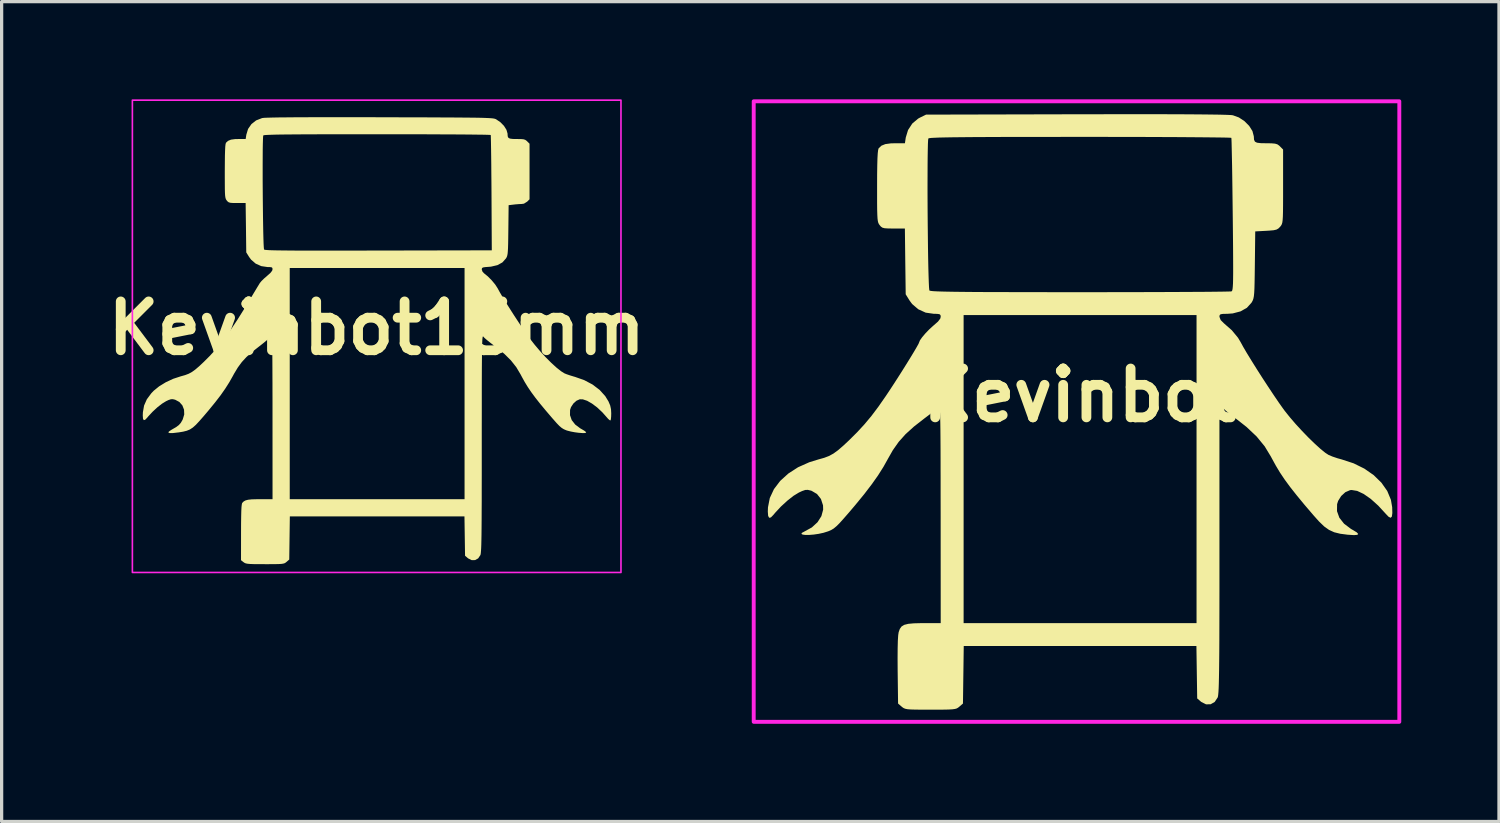
<source format=kicad_pcb>
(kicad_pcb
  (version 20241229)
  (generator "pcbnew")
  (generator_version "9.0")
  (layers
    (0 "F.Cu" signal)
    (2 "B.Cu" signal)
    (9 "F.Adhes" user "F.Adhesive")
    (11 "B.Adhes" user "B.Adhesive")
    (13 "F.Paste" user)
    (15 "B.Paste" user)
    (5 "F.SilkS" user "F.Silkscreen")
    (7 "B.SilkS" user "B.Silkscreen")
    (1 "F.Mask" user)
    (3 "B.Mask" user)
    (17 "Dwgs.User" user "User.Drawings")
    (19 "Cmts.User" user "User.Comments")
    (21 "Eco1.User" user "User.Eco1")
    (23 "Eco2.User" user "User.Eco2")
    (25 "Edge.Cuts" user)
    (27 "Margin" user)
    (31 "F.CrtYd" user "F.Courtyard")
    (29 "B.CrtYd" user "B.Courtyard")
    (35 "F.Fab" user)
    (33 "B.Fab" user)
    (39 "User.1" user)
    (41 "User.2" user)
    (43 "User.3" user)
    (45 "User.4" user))
  (footprint "Kevinbot15mm"
    (layer "F.Cu")
    (at 8.514 7.025)
    (property "Reference" "Kevinbot15mm" (at 0 0 0) (layer "F.SilkS") (effects (font (size 1.5 1.5) (thickness 0.3))))
    (attr board_only exclude_from_pos_files exclude_from_bom)
    (fp_poly (pts (xy -0.638 -6.477) (xy -0.048 -6.476) (xy 0.103 -6.475) (xy 0.627 -6.474) (xy 1.095 -6.473) (xy 1.511 -6.472) (xy 1.879 -6.47) (xy 2.2 -6.469) (xy 2.479 -6.467) (xy 2.718 -6.465) (xy 2.921 -6.463) (xy 3.091 -6.461) (xy 3.232 -6.458) (xy 3.346 -6.454) (xy 3.436 -6.45) (xy 3.506 -6.446) (xy 3.559 -6.441) (xy 3.599 -6.435) (xy 3.628 -6.428) (xy 3.649 -6.421) (xy 3.666 -6.413) (xy 3.798 -6.323) (xy 3.908 -6.211) (xy 3.984 -6.09) (xy 4.018 -5.974) (xy 4.018 -5.958) (xy 4.023 -5.888) (xy 4.044 -5.844) (xy 4.092 -5.82) (xy 4.178 -5.809) (xy 4.301 -5.807) (xy 4.426 -5.806) (xy 4.507 -5.799) (xy 4.561 -5.782) (xy 4.602 -5.753) (xy 4.621 -5.735) (xy 4.693 -5.663) (xy 4.693 -4.81) (xy 4.693 -3.957) (xy 4.621 -3.885) (xy 4.522 -3.823) (xy 4.452 -3.813) (xy 4.364 -3.809) (xy 4.253 -3.8) (xy 4.203 -3.794) (xy 4.051 -3.776) (xy 4.042 -3.01) (xy 4.039 -2.777) (xy 4.036 -2.595) (xy 4.032 -2.457) (xy 4.026 -2.355) (xy 4.019 -2.281) (xy 4.008 -2.228) (xy 3.995 -2.188) (xy 3.977 -2.154) (xy 3.968 -2.14) (xy 3.859 -2.018) (xy 3.707 -1.935) (xy 3.51 -1.889) (xy 3.441 -1.883) (xy 3.331 -1.875) (xy 3.266 -1.864) (xy 3.236 -1.846) (xy 3.227 -1.817) (xy 3.226 -1.802) (xy 3.249 -1.735) (xy 3.292 -1.688) (xy 3.411 -1.591) (xy 3.532 -1.469) (xy 3.639 -1.34) (xy 3.714 -1.224) (xy 3.717 -1.218) (xy 3.778 -1.106) (xy 3.866 -0.956) (xy 3.975 -0.777) (xy 4.098 -0.581) (xy 4.228 -0.378) (xy 4.36 -0.177) (xy 4.486 0.012) (xy 4.6 0.178) (xy 4.694 0.309) (xy 4.852 0.511) (xy 5.021 0.71) (xy 5.194 0.899) (xy 5.364 1.068) (xy 5.522 1.212) (xy 5.661 1.322) (xy 5.763 1.386) (xy 5.834 1.415) (xy 5.94 1.451) (xy 6.062 1.488) (xy 6.085 1.494) (xy 6.372 1.595) (xy 6.627 1.73) (xy 6.844 1.895) (xy 7.016 2.085) (xy 7.116 2.248) (xy 7.169 2.373) (xy 7.194 2.488) (xy 7.201 2.615) (xy 7.198 2.718) (xy 7.19 2.796) (xy 7.18 2.832) (xy 7.151 2.824) (xy 7.102 2.78) (xy 7.079 2.753) (xy 6.926 2.581) (xy 6.767 2.432) (xy 6.609 2.314) (xy 6.461 2.229) (xy 6.329 2.185) (xy 6.235 2.183) (xy 6.133 2.228) (xy 6.038 2.314) (xy 5.966 2.424) (xy 5.937 2.51) (xy 5.935 2.671) (xy 5.988 2.822) (xy 6.094 2.958) (xy 6.248 3.074) (xy 6.288 3.097) (xy 6.369 3.144) (xy 6.421 3.184) (xy 6.432 3.206) (xy 6.394 3.219) (xy 6.314 3.22) (xy 6.205 3.212) (xy 6.082 3.196) (xy 5.96 3.173) (xy 5.854 3.146) (xy 5.815 3.133) (xy 5.745 3.102) (xy 5.68 3.062) (xy 5.61 3.003) (xy 5.526 2.916) (xy 5.417 2.792) (xy 5.403 2.777) (xy 5.193 2.531) (xy 5.017 2.319) (xy 4.871 2.134) (xy 4.747 1.966) (xy 4.64 1.808) (xy 4.545 1.653) (xy 4.455 1.49) (xy 4.417 1.418) (xy 4.286 1.198) (xy 4.122 0.99) (xy 3.919 0.788) (xy 3.668 0.583) (xy 3.603 0.535) (xy 3.488 0.447) (xy 3.386 0.365) (xy 3.31 0.299) (xy 3.273 0.259) (xy 3.266 0.252) (xy 3.26 0.255) (xy 3.254 0.271) (xy 3.249 0.302) (xy 3.244 0.352) (xy 3.241 0.425) (xy 3.237 0.522) (xy 3.235 0.648) (xy 3.233 0.805) (xy 3.231 0.996) (xy 3.229 1.224) (xy 3.228 1.493) (xy 3.227 1.805) (xy 3.227 2.164) (xy 3.227 2.573) (xy 3.226 3.034) (xy 3.226 3.529) (xy 3.226 4.053) (xy 3.226 4.522) (xy 3.225 4.939) (xy 3.225 5.306) (xy 3.223 5.627) (xy 3.222 5.904) (xy 3.22 6.141) (xy 3.218 6.342) (xy 3.215 6.508) (xy 3.212 6.643) (xy 3.208 6.75) (xy 3.203 6.832) (xy 3.198 6.892) (xy 3.193 6.934) (xy 3.186 6.96) (xy 3.185 6.965) (xy 3.116 7.067) (xy 3.023 7.12) (xy 2.917 7.121) (xy 2.809 7.068) (xy 2.795 7.057) (xy 2.713 6.986) (xy 2.704 6.382) (xy 2.695 5.778) (xy 0.015 5.778) (xy -2.666 5.778) (xy -2.675 6.441) (xy -2.684 7.103) (xy -2.766 7.174) (xy -2.796 7.198) (xy -2.827 7.216) (xy -2.868 7.228) (xy -2.928 7.237) (xy -3.016 7.242) (xy -3.14 7.244) (xy -3.308 7.245) (xy -3.429 7.245) (xy -3.629 7.244) (xy -3.779 7.243) (xy -3.888 7.239) (xy -3.964 7.232) (xy -4.016 7.222) (xy -4.053 7.207) (xy -4.083 7.187) (xy -4.088 7.184) (xy -4.165 7.123) (xy -4.164 6.267) (xy -4.163 5.996) (xy -4.16 5.78) (xy -4.156 5.613) (xy -4.15 5.492) (xy -4.141 5.413) (xy -4.131 5.371) (xy -4.127 5.365) (xy -4.084 5.32) (xy -4.027 5.288) (xy -3.947 5.267) (xy -3.834 5.255) (xy -3.677 5.251) (xy -3.58 5.25) (xy -3.197 5.25) (xy -3.198 2.706) (xy -3.198 2.258) (xy -3.199 1.865) (xy -3.199 1.701) (xy -2.669 1.701) (xy -2.669 5.25) (xy 0.015 5.25) (xy 2.698 5.25) (xy 2.698 1.701) (xy 2.698 -1.848) (xy 0.015 -1.848) (xy -2.669 -1.848) (xy -2.669 1.701) (xy -3.199 1.701) (xy -3.2 1.525) (xy -3.201 1.233) (xy -3.202 0.986) (xy -3.204 0.78) (xy -3.206 0.614) (xy -3.209 0.482) (xy -3.213 0.382) (xy -3.217 0.31) (xy -3.222 0.263) (xy -3.227 0.238) (xy -3.234 0.231) (xy -3.241 0.238) (xy -3.242 0.239) (xy -3.28 0.285) (xy -3.356 0.356) (xy -3.46 0.444) (xy -3.581 0.54) (xy -3.619 0.569) (xy -3.83 0.735) (xy -3.999 0.887) (xy -4.14 1.04) (xy -4.262 1.206) (xy -4.378 1.398) (xy -4.42 1.476) (xy -4.528 1.666) (xy -4.65 1.858) (xy -4.792 2.061) (xy -4.962 2.281) (xy -5.164 2.528) (xy -5.309 2.699) (xy -5.444 2.853) (xy -5.552 2.969) (xy -5.646 3.052) (xy -5.735 3.11) (xy -5.83 3.149) (xy -5.942 3.177) (xy -6.082 3.2) (xy -6.102 3.202) (xy -6.255 3.22) (xy -6.353 3.221) (xy -6.395 3.206) (xy -6.381 3.175) (xy -6.312 3.127) (xy -6.278 3.107) (xy -6.157 3.037) (xy -6.074 2.975) (xy -6.015 2.909) (xy -5.965 2.823) (xy -5.952 2.796) (xy -5.908 2.648) (xy -5.914 2.503) (xy -5.965 2.371) (xy -6.057 2.266) (xy -6.184 2.198) (xy -6.189 2.196) (xy -6.259 2.18) (xy -6.318 2.182) (xy -6.39 2.206) (xy -6.466 2.242) (xy -6.59 2.318) (xy -6.732 2.429) (xy -6.878 2.564) (xy -7.013 2.709) (xy -7.051 2.755) (xy -7.11 2.814) (xy -7.15 2.823) (xy -7.174 2.779) (xy -7.181 2.68) (xy -7.177 2.581) (xy -7.141 2.376) (xy -7.057 2.185) (xy -6.921 2.001) (xy -6.845 1.921) (xy -6.678 1.785) (xy -6.472 1.659) (xy -6.246 1.554) (xy -6.017 1.479) (xy -6.013 1.478) (xy -5.882 1.441) (xy -5.771 1.399) (xy -5.669 1.343) (xy -5.563 1.266) (xy -5.44 1.16) (xy -5.306 1.034) (xy -5.128 0.856) (xy -4.959 0.673) (xy -4.795 0.476) (xy -4.629 0.259) (xy -4.457 0.015) (xy -4.273 -0.263) (xy -4.073 -0.582) (xy -3.91 -0.851) (xy -3.818 -1.003) (xy -3.734 -1.143) (xy -3.663 -1.261) (xy -3.61 -1.347) (xy -3.586 -1.387) (xy -3.537 -1.446) (xy -3.458 -1.524) (xy -3.366 -1.603) (xy -3.366 -1.604) (xy -3.264 -1.694) (xy -3.21 -1.763) (xy -3.197 -1.808) (xy -3.202 -1.848) (xy -3.227 -1.869) (xy -3.285 -1.876) (xy -3.355 -1.877) (xy -3.543 -1.905) (xy -3.715 -1.982) (xy -3.856 -2.104) (xy -3.915 -2.184) (xy -4.004 -2.327) (xy -4.013 -3.085) (xy -4.023 -3.842) (xy -4.282 -3.842) (xy -4.408 -3.843) (xy -4.489 -3.849) (xy -4.54 -3.863) (xy -4.575 -3.888) (xy -4.603 -3.92) (xy -4.621 -3.945) (xy -4.634 -3.974) (xy -4.645 -4.014) (xy -4.653 -4.073) (xy -4.658 -4.156) (xy -4.661 -4.272) (xy -4.662 -4.427) (xy -4.663 -4.628) (xy -4.663 -4.78) (xy -3.5 -4.78) (xy -3.5 -4.511) (xy -3.498 -4.233) (xy -3.496 -3.954) (xy -3.493 -3.68) (xy -3.49 -3.417) (xy -3.486 -3.171) (xy -3.482 -2.949) (xy -3.477 -2.757) (xy -3.472 -2.602) (xy -3.466 -2.49) (xy -3.46 -2.426) (xy -3.457 -2.415) (xy -3.443 -2.409) (xy -3.412 -2.403) (xy -3.36 -2.399) (xy -3.284 -2.394) (xy -3.182 -2.391) (xy -3.05 -2.388) (xy -2.886 -2.386) (xy -2.687 -2.384) (xy -2.45 -2.382) (xy -2.172 -2.381) (xy -1.85 -2.381) (xy -1.481 -2.381) (xy -1.064 -2.381) (xy -0.593 -2.382) (xy -0.068 -2.383) (xy 0.055 -2.383) (xy 3.534 -2.39) (xy 3.525 -4.149) (xy 3.523 -4.465) (xy 3.52 -4.764) (xy 3.518 -5.04) (xy 3.515 -5.288) (xy 3.512 -5.503) (xy 3.509 -5.68) (xy 3.506 -5.814) (xy 3.504 -5.899) (xy 3.501 -5.931) (xy 3.47 -5.934) (xy 3.385 -5.937) (xy 3.248 -5.94) (xy 3.063 -5.942) (xy 2.834 -5.945) (xy 2.565 -5.947) (xy 2.258 -5.949) (xy 1.919 -5.95) (xy 1.549 -5.952) (xy 1.154 -5.953) (xy 0.737 -5.954) (xy 0.3 -5.954) (xy 0.015 -5.954) (xy -0.53 -5.954) (xy -1.019 -5.954) (xy -1.455 -5.953) (xy -1.84 -5.952) (xy -2.176 -5.951) (xy -2.468 -5.949) (xy -2.716 -5.947) (xy -2.925 -5.945) (xy -3.095 -5.942) (xy -3.231 -5.938) (xy -3.335 -5.934) (xy -3.409 -5.93) (xy -3.456 -5.925) (xy -3.479 -5.919) (xy -3.481 -5.917) (xy -3.487 -5.88) (xy -3.491 -5.79) (xy -3.495 -5.654) (xy -3.498 -5.479) (xy -3.499 -5.271) (xy -3.5 -5.036) (xy -3.5 -4.78) (xy -4.663 -4.78) (xy -4.663 -4.821) (xy -4.661 -5.088) (xy -4.659 -5.3) (xy -4.654 -5.461) (xy -4.648 -5.578) (xy -4.639 -5.652) (xy -4.627 -5.69) (xy -4.626 -5.693) (xy -4.562 -5.751) (xy -4.473 -5.788) (xy -4.345 -5.805) (xy -4.242 -5.807) (xy -4.022 -5.807) (xy -4.002 -5.938) (xy -3.948 -6.117) (xy -3.845 -6.265) (xy -3.702 -6.378) (xy -3.523 -6.448) (xy -3.505 -6.452) (xy -3.453 -6.458) (xy -3.352 -6.462) (xy -3.199 -6.466) (xy -2.995 -6.47) (xy -2.739 -6.472) (xy -2.429 -6.475) (xy -2.065 -6.476) (xy -1.645 -6.477) (xy -1.17 -6.477)) (stroke (width 0) (type solid)) (fill yes) (layer "F.SilkS"))
    (fp_rect (start -7.5 -7) (end 7.5 7.5) (stroke (width 0.05) (type default)) (fill no) (layer "F.CrtYd")))
  (footprint "Kevinbot"
    (layer "F.Cu")
    (at 30.089 9.085)
    (property "Reference" "Kevinbot" (at 0 0 0) (layer "F.SilkS") (effects (font (size 1.5 1.5) (thickness 0.3))))
    (attr board_only exclude_from_pos_files exclude_from_bom)
    (fp_poly (pts (xy 2.126 -8.629) (xy 2.714 -8.628) (xy 3.225 -8.626) (xy 3.66 -8.623) (xy 4.02 -8.619) (xy 4.305 -8.615) (xy 4.516 -8.609) (xy 4.652 -8.603) (xy 4.711 -8.596) (xy 4.895 -8.529) (xy 5.067 -8.415) (xy 5.211 -8.27) (xy 5.311 -8.111) (xy 5.353 -7.952) (xy 5.354 -7.937) (xy 5.36 -7.845) (xy 5.388 -7.786) (xy 5.452 -7.754) (xy 5.566 -7.74) (xy 5.731 -7.737) (xy 5.896 -7.735) (xy 6.005 -7.725) (xy 6.076 -7.704) (xy 6.132 -7.665) (xy 6.156 -7.641) (xy 6.252 -7.545) (xy 6.252 -6.413) (xy 6.252 -6.086) (xy 6.251 -5.828) (xy 6.249 -5.63) (xy 6.245 -5.482) (xy 6.238 -5.376) (xy 6.228 -5.303) (xy 6.213 -5.252) (xy 6.194 -5.216) (xy 6.17 -5.184) (xy 6.161 -5.173) (xy 6.109 -5.121) (xy 6.05 -5.087) (xy 5.965 -5.067) (xy 5.833 -5.055) (xy 5.733 -5.049) (xy 5.397 -5.031) (xy 5.385 -4.01) (xy 5.381 -3.701) (xy 5.377 -3.46) (xy 5.372 -3.277) (xy 5.365 -3.141) (xy 5.355 -3.042) (xy 5.341 -2.971) (xy 5.323 -2.917) (xy 5.299 -2.87) (xy 5.279 -2.838) (xy 5.14 -2.685) (xy 4.944 -2.575) (xy 4.707 -2.513) (xy 4.543 -2.501) (xy 4.409 -2.499) (xy 4.336 -2.488) (xy 4.305 -2.462) (xy 4.298 -2.414) (xy 4.298 -2.408) (xy 4.336 -2.309) (xy 4.435 -2.21) (xy 4.678 -1.996) (xy 4.868 -1.766) (xy 4.948 -1.632) (xy 5.027 -1.487) (xy 5.142 -1.291) (xy 5.285 -1.058) (xy 5.447 -0.799) (xy 5.62 -0.528) (xy 5.796 -0.259) (xy 5.966 -0.003) (xy 6.121 0.225) (xy 6.254 0.412) (xy 6.299 0.474) (xy 6.454 0.668) (xy 6.634 0.878) (xy 6.83 1.091) (xy 7.03 1.298) (xy 7.224 1.486) (xy 7.4 1.646) (xy 7.548 1.766) (xy 7.648 1.831) (xy 7.767 1.881) (xy 7.924 1.934) (xy 8.05 1.969) (xy 8.417 2.089) (xy 8.747 2.252) (xy 9.034 2.452) (xy 9.27 2.683) (xy 9.449 2.937) (xy 9.562 3.208) (xy 9.601 3.435) (xy 9.606 3.616) (xy 9.591 3.724) (xy 9.554 3.761) (xy 9.492 3.731) (xy 9.414 3.65) (xy 9.175 3.39) (xy 8.943 3.181) (xy 8.725 3.029) (xy 8.527 2.936) (xy 8.356 2.908) (xy 8.308 2.913) (xy 8.164 2.975) (xy 8.035 3.093) (xy 7.941 3.244) (xy 7.91 3.344) (xy 7.907 3.558) (xy 7.979 3.759) (xy 8.123 3.942) (xy 8.336 4.103) (xy 8.396 4.137) (xy 8.513 4.208) (xy 8.558 4.257) (xy 8.531 4.285) (xy 8.429 4.293) (xy 8.253 4.282) (xy 8.235 4.281) (xy 8.005 4.251) (xy 7.82 4.205) (xy 7.662 4.133) (xy 7.512 4.026) (xy 7.353 3.872) (xy 7.199 3.7) (xy 6.912 3.365) (xy 6.673 3.075) (xy 6.472 2.821) (xy 6.303 2.591) (xy 6.158 2.375) (xy 6.03 2.162) (xy 5.91 1.943) (xy 5.878 1.883) (xy 5.686 1.566) (xy 5.439 1.265) (xy 5.13 0.973) (xy 4.817 0.727) (xy 4.664 0.612) (xy 4.527 0.502) (xy 4.424 0.412) (xy 4.378 0.363) (xy 4.298 0.263) (xy 4.298 4.705) (xy 4.298 5.403) (xy 4.298 6.028) (xy 4.297 6.583) (xy 4.296 7.072) (xy 4.295 7.499) (xy 4.293 7.868) (xy 4.29 8.184) (xy 4.287 8.45) (xy 4.283 8.671) (xy 4.279 8.851) (xy 4.274 8.993) (xy 4.268 9.103) (xy 4.261 9.183) (xy 4.254 9.239) (xy 4.245 9.273) (xy 4.243 9.279) (xy 4.152 9.415) (xy 4.028 9.486) (xy 3.886 9.488) (xy 3.743 9.416) (xy 3.724 9.401) (xy 3.615 9.307) (xy 3.603 8.503) (xy 3.591 7.698) (xy 0.019 7.698) (xy -3.552 7.698) (xy -3.564 8.581) (xy -3.576 9.464) (xy -3.685 9.558) (xy -3.725 9.59) (xy -3.766 9.614) (xy -3.821 9.63) (xy -3.901 9.641) (xy -4.017 9.648) (xy -4.182 9.651) (xy -4.406 9.652) (xy -4.572 9.652) (xy -4.837 9.652) (xy -5.036 9.65) (xy -5.179 9.646) (xy -5.279 9.638) (xy -5.347 9.624) (xy -5.395 9.605) (xy -5.435 9.578) (xy -5.459 9.558) (xy -5.568 9.464) (xy -5.581 8.447) (xy -5.583 8.08) (xy -5.581 7.774) (xy -5.575 7.534) (xy -5.564 7.364) (xy -5.55 7.272) (xy -5.514 7.172) (xy -5.461 7.098) (xy -5.379 7.048) (xy -5.256 7.017) (xy -5.082 7.001) (xy -4.844 6.995) (xy -4.769 6.995) (xy -4.259 6.995) (xy -4.261 3.624) (xy -4.262 3.033) (xy -4.262 2.516) (xy -4.263 2.266) (xy -3.556 2.266) (xy -3.556 6.995) (xy 0.02 6.995) (xy 3.595 6.995) (xy 3.595 2.266) (xy 3.595 -2.462) (xy 0.02 -2.462) (xy -3.556 -2.462) (xy -3.556 2.266) (xy -4.263 2.266) (xy -4.263 2.067) (xy -4.264 1.683) (xy -4.266 1.357) (xy -4.268 1.087) (xy -4.271 0.867) (xy -4.275 0.692) (xy -4.279 0.558) (xy -4.284 0.46) (xy -4.291 0.393) (xy -4.298 0.353) (xy -4.307 0.335) (xy -4.317 0.335) (xy -4.328 0.347) (xy -4.329 0.348) (xy -4.386 0.409) (xy -4.491 0.501) (xy -4.629 0.612) (xy -4.767 0.716) (xy -5.081 0.961) (xy -5.337 1.193) (xy -5.548 1.429) (xy -5.728 1.684) (xy -5.874 1.941) (xy -6.017 2.197) (xy -6.181 2.457) (xy -6.376 2.733) (xy -6.607 3.035) (xy -6.884 3.373) (xy -7.075 3.598) (xy -7.239 3.786) (xy -7.364 3.925) (xy -7.462 4.022) (xy -7.544 4.09) (xy -7.62 4.136) (xy -7.703 4.172) (xy -7.715 4.177) (xy -7.855 4.221) (xy -8.006 4.254) (xy -8.157 4.276) (xy -8.296 4.287) (xy -8.413 4.288) (xy -8.497 4.277) (xy -8.536 4.256) (xy -8.519 4.223) (xy -8.439 4.18) (xy -8.215 4.057) (xy -8.04 3.896) (xy -7.922 3.71) (xy -7.868 3.51) (xy -7.872 3.379) (xy -7.936 3.184) (xy -8.057 3.031) (xy -8.223 2.933) (xy -8.246 2.926) (xy -8.339 2.904) (xy -8.418 2.907) (xy -8.514 2.94) (xy -8.615 2.987) (xy -8.78 3.088) (xy -8.969 3.237) (xy -9.164 3.416) (xy -9.344 3.61) (xy -9.394 3.67) (xy -9.472 3.75) (xy -9.526 3.761) (xy -9.557 3.702) (xy -9.567 3.571) (xy -9.562 3.439) (xy -9.506 3.154) (xy -9.379 2.882) (xy -9.188 2.63) (xy -8.939 2.404) (xy -8.639 2.21) (xy -8.294 2.056) (xy -8.011 1.969) (xy -7.836 1.92) (xy -7.689 1.864) (xy -7.552 1.789) (xy -7.41 1.686) (xy -7.246 1.544) (xy -7.07 1.379) (xy -6.821 1.131) (xy -6.598 0.889) (xy -6.387 0.636) (xy -6.174 0.353) (xy -5.945 0.024) (xy -5.864 -0.097) (xy -5.731 -0.299) (xy -5.59 -0.517) (xy -5.448 -0.74) (xy -5.311 -0.959) (xy -5.185 -1.163) (xy -5.077 -1.341) (xy -4.994 -1.483) (xy -4.94 -1.58) (xy -4.924 -1.619) (xy -4.897 -1.685) (xy -4.826 -1.786) (xy -4.724 -1.906) (xy -4.606 -2.028) (xy -4.487 -2.136) (xy -4.475 -2.146) (xy -4.342 -2.263) (xy -4.273 -2.354) (xy -4.259 -2.409) (xy -4.266 -2.462) (xy -4.299 -2.49) (xy -4.376 -2.5) (xy -4.47 -2.501) (xy -4.721 -2.537) (xy -4.949 -2.641) (xy -5.138 -2.803) (xy -5.216 -2.91) (xy -5.334 -3.1) (xy -5.347 -4.11) (xy -5.359 -5.119) (xy -5.705 -5.119) (xy -5.873 -5.121) (xy -5.981 -5.128) (xy -6.049 -5.146) (xy -6.096 -5.179) (xy -6.132 -5.222) (xy -6.156 -5.255) (xy -6.175 -5.294) (xy -6.189 -5.348) (xy -6.199 -5.426) (xy -6.205 -5.537) (xy -6.21 -5.692) (xy -6.212 -5.898) (xy -6.212 -6.166) (xy -6.212 -6.369) (xy -4.664 -6.369) (xy -4.663 -6.01) (xy -4.661 -5.64) (xy -4.658 -5.268) (xy -4.654 -4.903) (xy -4.65 -4.552) (xy -4.645 -4.225) (xy -4.639 -3.929) (xy -4.632 -3.674) (xy -4.625 -3.467) (xy -4.618 -3.317) (xy -4.61 -3.233) (xy -4.606 -3.217) (xy -4.588 -3.209) (xy -4.545 -3.202) (xy -4.474 -3.195) (xy -4.37 -3.19) (xy -4.231 -3.185) (xy -4.052 -3.181) (xy -3.829 -3.177) (xy -3.558 -3.174) (xy -3.237 -3.171) (xy -2.86 -3.169) (xy -2.424 -3.168) (xy -1.926 -3.167) (xy -1.361 -3.166) (xy -0.725 -3.165) (xy -0.016 -3.165) (xy 0.021 -3.165) (xy 0.614 -3.165) (xy 1.186 -3.166) (xy 1.731 -3.167) (xy 2.246 -3.168) (xy 2.724 -3.17) (xy 3.162 -3.172) (xy 3.553 -3.174) (xy 3.894 -3.176) (xy 4.179 -3.179) (xy 4.404 -3.182) (xy 4.563 -3.185) (xy 4.651 -3.188) (xy 4.668 -3.19) (xy 4.681 -3.2) (xy 4.692 -3.223) (xy 4.701 -3.266) (xy 4.708 -3.333) (xy 4.714 -3.431) (xy 4.717 -3.566) (xy 4.719 -3.743) (xy 4.719 -3.968) (xy 4.718 -4.247) (xy 4.716 -4.586) (xy 4.712 -4.991) (xy 4.707 -5.467) (xy 4.706 -5.544) (xy 4.701 -5.964) (xy 4.696 -6.36) (xy 4.691 -6.726) (xy 4.686 -7.055) (xy 4.68 -7.341) (xy 4.675 -7.575) (xy 4.671 -7.751) (xy 4.667 -7.863) (xy 4.663 -7.903) (xy 4.623 -7.907) (xy 4.509 -7.911) (xy 4.326 -7.914) (xy 4.08 -7.917) (xy 3.775 -7.92) (xy 3.417 -7.923) (xy 3.009 -7.926) (xy 2.556 -7.928) (xy 2.064 -7.93) (xy 1.538 -7.931) (xy 0.982 -7.932) (xy 0.4 -7.933) (xy 0.02 -7.933) (xy -0.707 -7.932) (xy -1.358 -7.932) (xy -1.938 -7.931) (xy -2.451 -7.93) (xy -2.9 -7.928) (xy -3.288 -7.926) (xy -3.619 -7.923) (xy -3.896 -7.92) (xy -4.124 -7.916) (xy -4.305 -7.912) (xy -4.443 -7.906) (xy -4.542 -7.901) (xy -4.604 -7.894) (xy -4.634 -7.887) (xy -4.638 -7.884) (xy -4.646 -7.834) (xy -4.652 -7.714) (xy -4.656 -7.533) (xy -4.66 -7.3) (xy -4.662 -7.023) (xy -4.663 -6.71) (xy -4.664 -6.369) (xy -6.212 -6.369) (xy -6.212 -6.424) (xy -6.211 -6.778) (xy -6.207 -7.061) (xy -6.201 -7.276) (xy -6.192 -7.431) (xy -6.18 -7.531) (xy -6.165 -7.581) (xy -6.163 -7.584) (xy -6.078 -7.663) (xy -5.959 -7.711) (xy -5.789 -7.734) (xy -5.652 -7.737) (xy -5.358 -7.737) (xy -5.332 -7.912) (xy -5.262 -8.143) (xy -5.131 -8.343) (xy -4.953 -8.493) (xy -4.899 -8.523) (xy -4.709 -8.616) (xy -0.098 -8.627) (xy 0.721 -8.628) (xy 1.462 -8.629)) (stroke (width 0) (type solid)) (fill yes) (layer "F.SilkS"))
    (fp_rect (start -10 -9.025) (end 9.82 10.025) (stroke (width 0.12) (type default)) (fill no) (layer "F.CrtYd")))
  (gr_rect
    (start -3 -3)
    (end 42.969 22.17)
    (stroke (width 0.1) (type default))
    (fill no)
    (layer "Edge.Cuts")))
</source>
